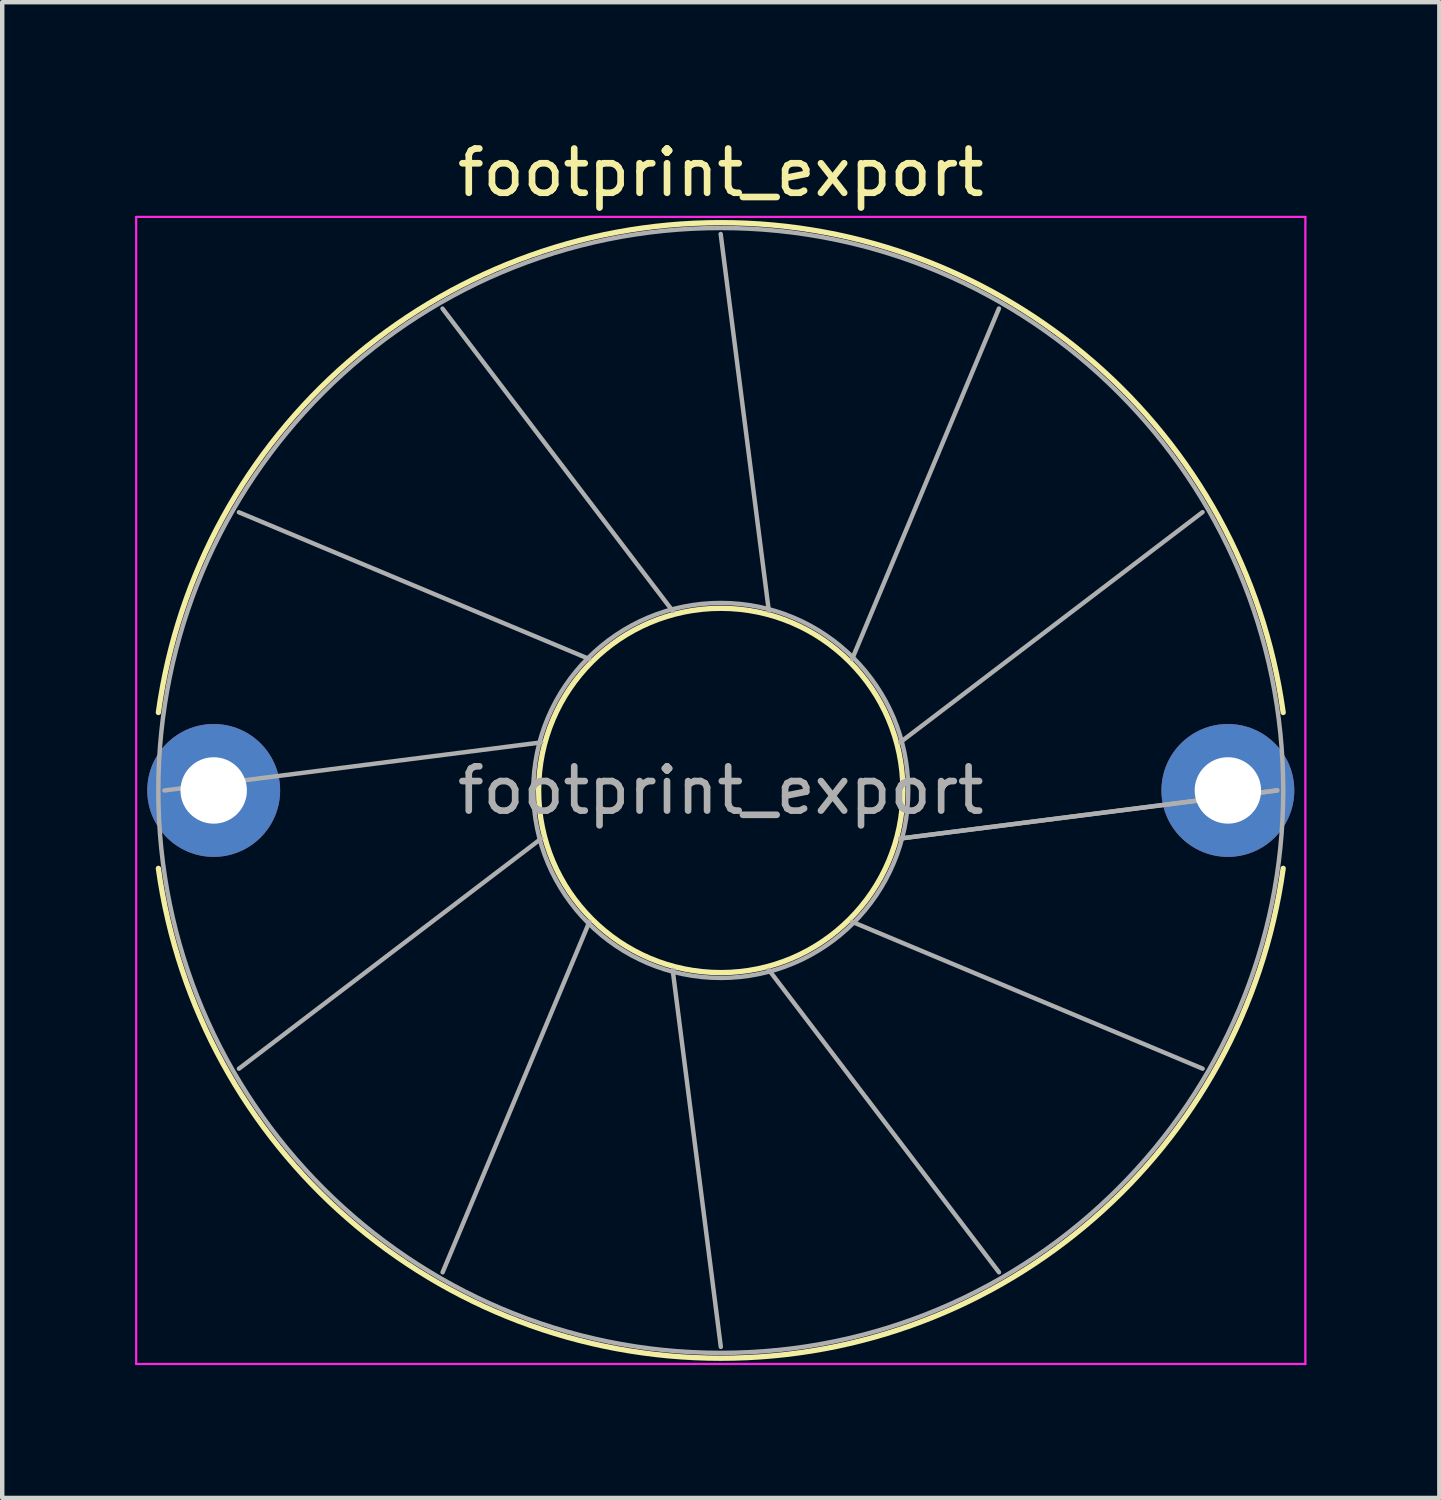
<source format=kicad_pcb>
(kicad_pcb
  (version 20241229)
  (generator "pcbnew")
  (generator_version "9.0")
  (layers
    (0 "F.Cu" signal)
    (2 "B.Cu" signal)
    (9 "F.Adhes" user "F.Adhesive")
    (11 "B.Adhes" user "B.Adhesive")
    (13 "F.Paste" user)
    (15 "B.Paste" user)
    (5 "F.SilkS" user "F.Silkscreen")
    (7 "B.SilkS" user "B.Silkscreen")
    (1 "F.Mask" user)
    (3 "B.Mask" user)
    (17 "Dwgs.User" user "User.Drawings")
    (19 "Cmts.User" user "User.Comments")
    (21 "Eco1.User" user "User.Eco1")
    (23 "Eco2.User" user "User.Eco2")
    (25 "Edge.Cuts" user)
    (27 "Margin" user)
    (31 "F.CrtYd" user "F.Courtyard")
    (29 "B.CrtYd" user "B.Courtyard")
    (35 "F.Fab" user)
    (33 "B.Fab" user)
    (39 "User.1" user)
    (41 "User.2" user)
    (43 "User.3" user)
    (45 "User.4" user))
  (footprint "footprint_export"
    (layer "F.Cu")
    (at 1.775 14.798)
    (property "Reference" "footprint_export" (at 11.45 -13.95 0) (layer "F.SilkS") (effects (font (size 1 1) (thickness 0.15))))
    (attr through_hole)
    (fp_arc (start -1.248614 -1.76) (mid 11.45 -12.82) (end 24.148614 -1.76) (stroke (width 0.12) (type solid)) (layer "F.SilkS"))
    (fp_arc (start 24.148614 1.76) (mid 11.45 12.82) (end -1.248614 1.76) (stroke (width 0.12) (type solid)) (layer "F.SilkS"))
    (fp_circle (center 11.45 0) (end 15.563 0) (stroke (width 0.12) (type solid)) (fill no) (layer "F.SilkS"))
    (fp_line (start -1.75 -12.95) (end -1.75 12.95) (stroke (width 0.05) (type solid)) (layer "F.CrtYd"))
    (fp_line (start -1.75 12.95) (end 24.65 12.95) (stroke (width 0.05) (type solid)) (layer "F.CrtYd"))
    (fp_line (start 24.65 -12.95) (end -1.75 -12.95) (stroke (width 0.05) (type solid)) (layer "F.CrtYd"))
    (fp_line (start 24.65 12.95) (end 24.65 -12.95) (stroke (width 0.05) (type solid)) (layer "F.CrtYd"))
    (fp_line (start -1.114 0.001) (end 7.397 -1.085) (stroke (width 0.1) (type solid)) (layer "F.Fab"))
    (fp_line (start 0.569 -6.281) (end 8.483 -2.966) (stroke (width 0.1) (type solid)) (layer "F.Fab"))
    (fp_line (start 0.57 6.283) (end 7.397 1.086) (stroke (width 0.1) (type solid)) (layer "F.Fab"))
    (fp_line (start 5.167 -10.88) (end 10.364 -4.052) (stroke (width 0.1) (type solid)) (layer "F.Fab"))
    (fp_line (start 5.169 10.881) (end 8.483 2.967) (stroke (width 0.1) (type solid)) (layer "F.Fab"))
    (fp_line (start 11.448 -12.564) (end 12.535 -4.053) (stroke (width 0.1) (type solid)) (layer "F.Fab"))
    (fp_line (start 11.451 12.564) (end 10.364 4.053) (stroke (width 0.1) (type solid)) (layer "F.Fab"))
    (fp_line (start 17.73 -10.881) (end 14.416 -2.967) (stroke (width 0.1) (type solid)) (layer "F.Fab"))
    (fp_line (start 17.732 10.88) (end 12.536 4.053) (stroke (width 0.1) (type solid)) (layer "F.Fab"))
    (fp_line (start 22.329 -6.284) (end 15.502 -1.087) (stroke (width 0.1) (type solid)) (layer "F.Fab"))
    (fp_line (start 22.33 6.282) (end 14.417 2.967) (stroke (width 0.1) (type solid)) (layer "F.Fab"))
    (fp_line (start 24.014 -0.002) (end 15.503 1.085) (stroke (width 0.1) (type solid)) (layer "F.Fab"))
    (fp_line (start 24.014 0) (end 15.503 1.086) (stroke (width 0.1) (type solid)) (layer "F.Fab"))
    (fp_circle (center 11.45 0) (end 15.683 0) (stroke (width 0.1) (type solid)) (fill no) (layer "F.Fab"))
    (fp_circle (center 11.45 0) (end 24.15 0) (stroke (width 0.1) (type solid)) (fill no) (layer "F.Fab"))
    (fp_text user "${REFERENCE}" (at 11.45 0 0) (layer "F.Fab") (effects (font (size 1 1) (thickness 0.15))))
    (pad "1" thru_hole circle (at 0 0) (size 3 3) (drill 1.5) (layers "*.Cu" "*.Mask"))
    (pad "2" thru_hole circle (at 22.9 0) (size 3 3) (drill 1.5) (layers "*.Cu" "*.Mask")))
  (gr_rect
    (start -3 -3)
    (end 29.45 30.773)
    (stroke (width 0.1) (type default))
    (fill no)
    (layer "Edge.Cuts")))
</source>
